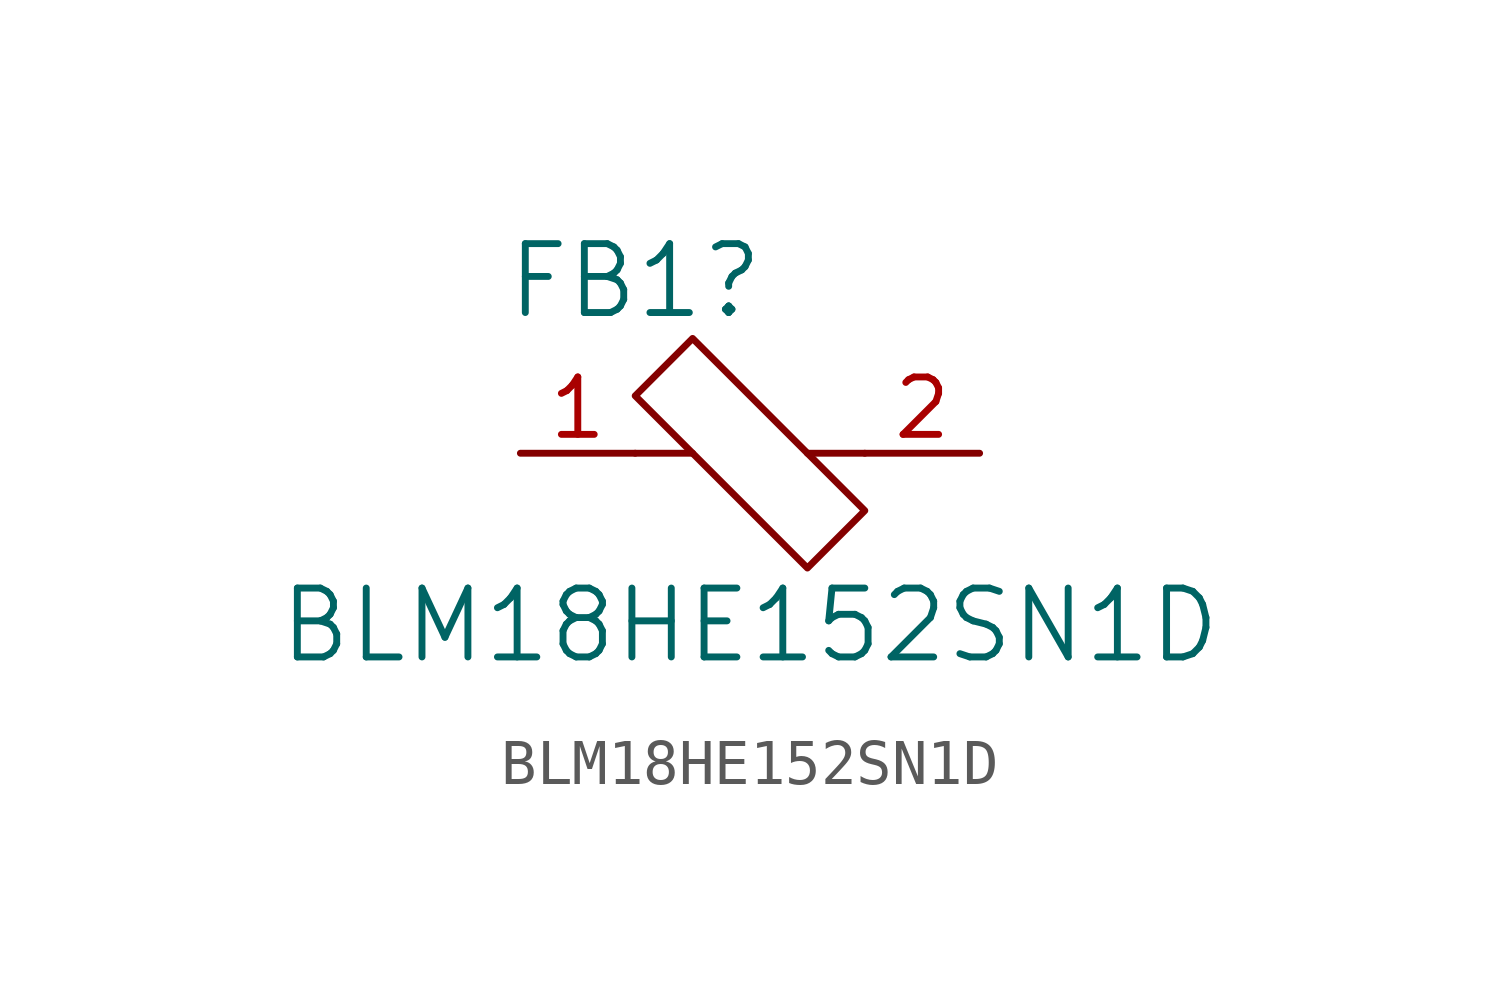
<source format=kicad_sym>
(kicad_symbol_lib
  (version 20241209)
  (generator "kicad_symbol_editor")
  (generator_version "9.0")
  (symbol "BLM18HE152SN1D"
    (pin_names
      (offset 1.016))
    (property "Reference" "FB1"
      (at -2.54 3.81 0)
      (effects (font (size 1.524 1.524))))
    (property "Value" "BLM18HE152SN1D"
      (at 0 -3.81 0)
      (effects (font (size 1.524 1.524))))
    (symbol "BLM18HE152SN1D_0_1"
      (polyline (pts (xy -1.27 0) (xy -2.54 0)) (stroke (width 0) (type solid)) (fill (type none)))
      (polyline (pts (xy 1.27 0) (xy 2.54 0)) (stroke (width 0) (type solid)) (fill (type none))))
    (symbol "BLM18HE152SN1D_1_1"
      (polyline (pts (xy -1.27 2.54) (xy -2.54 1.27) (xy 1.27 -2.54) (xy 2.54 -1.27) (xy -1.27 2.54)) (stroke (width 0) (type solid)) (fill (type color) (color 255 255 255 1)))
      (pin passive line (at -5.08 0 0) (length 2.54) (name "~" (effects (font (size 1.27 1.27)))) (number "1" (effects (font (size 1.27 1.27)))))
      (pin passive line (at 5.08 0 180) (length 2.54) (name "~" (effects (font (size 1.27 1.27)))) (number "2" (effects (font (size 1.27 1.27))))))))
</source>
